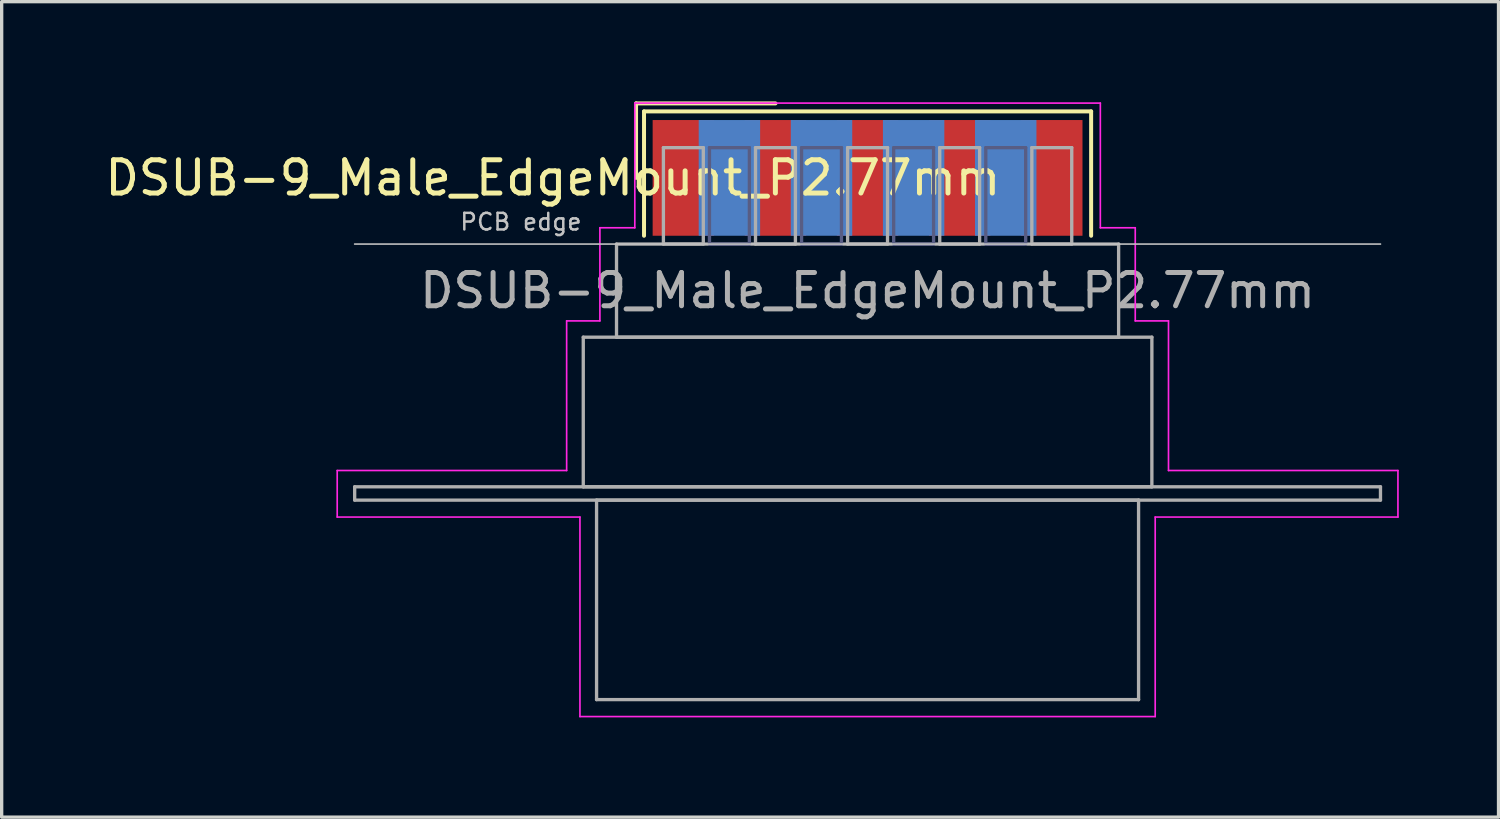
<source format=kicad_pcb>
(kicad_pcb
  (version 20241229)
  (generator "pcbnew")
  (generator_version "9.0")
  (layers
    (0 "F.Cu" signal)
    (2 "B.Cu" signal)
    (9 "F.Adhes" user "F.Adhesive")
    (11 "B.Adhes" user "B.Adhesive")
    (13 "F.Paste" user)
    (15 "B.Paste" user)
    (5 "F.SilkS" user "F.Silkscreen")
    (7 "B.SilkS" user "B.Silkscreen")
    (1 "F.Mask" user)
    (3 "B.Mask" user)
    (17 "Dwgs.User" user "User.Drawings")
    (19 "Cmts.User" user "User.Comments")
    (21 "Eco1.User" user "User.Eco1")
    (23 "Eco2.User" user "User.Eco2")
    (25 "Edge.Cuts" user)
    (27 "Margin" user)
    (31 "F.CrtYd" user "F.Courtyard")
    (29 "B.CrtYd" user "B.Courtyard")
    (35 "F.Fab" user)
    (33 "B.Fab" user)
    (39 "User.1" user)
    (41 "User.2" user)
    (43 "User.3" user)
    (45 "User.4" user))
  (footprint "DSUB-9_Male_EdgeMount_P2.77mm"
    (layer "F.Cu")
    (at 23.041 2.3)
    (property "Reference" "DSUB-9_Male_EdgeMount_P2.77mm" (at -9.463 0 0) (layer "F.SilkS") (effects (font (size 1 1) (thickness 0.15))))
    (attr smd)
    (fp_line (start -6.963 -2.24) (end -2.77 -2.24) (stroke (width 0.12) (type solid)) (layer "F.SilkS"))
    (fp_line (start -6.963 0) (end -6.963 -2.24) (stroke (width 0.12) (type solid)) (layer "F.SilkS"))
    (fp_line (start -6.723 -2) (end -6.723 1.74) (stroke (width 0.12) (type solid)) (layer "F.SilkS"))
    (fp_line (start 6.723 -2) (end -6.723 -2) (stroke (width 0.12) (type solid)) (layer "F.SilkS"))
    (fp_line (start 6.723 1.74) (end 6.723 -2) (stroke (width 0.12) (type solid)) (layer "F.SilkS"))
    (fp_line (start -15.425 1.99) (end 15.425 1.99) (stroke (width 0.05) (type solid)) (layer "Dwgs.User"))
    (fp_line (start -15.95 8.8) (end -9.05 8.8) (stroke (width 0.05) (type solid)) (layer "F.CrtYd"))
    (fp_line (start -15.95 10.2) (end -15.95 8.8) (stroke (width 0.05) (type solid)) (layer "F.CrtYd"))
    (fp_line (start -9.05 4.3) (end -8.05 4.3) (stroke (width 0.05) (type solid)) (layer "F.CrtYd"))
    (fp_line (start -9.05 8.8) (end -9.05 4.3) (stroke (width 0.05) (type solid)) (layer "F.CrtYd"))
    (fp_line (start -8.65 10.2) (end -15.95 10.2) (stroke (width 0.05) (type solid)) (layer "F.CrtYd"))
    (fp_line (start -8.65 16.2) (end -8.65 10.2) (stroke (width 0.05) (type solid)) (layer "F.CrtYd"))
    (fp_line (start -8.05 1.5) (end -7 1.5) (stroke (width 0.05) (type solid)) (layer "F.CrtYd"))
    (fp_line (start -8.05 4.3) (end -8.05 1.5) (stroke (width 0.05) (type solid)) (layer "F.CrtYd"))
    (fp_line (start -7 -2.25) (end 7 -2.25) (stroke (width 0.05) (type solid)) (layer "F.CrtYd"))
    (fp_line (start -7 1.5) (end -7 -2.25) (stroke (width 0.05) (type solid)) (layer "F.CrtYd"))
    (fp_line (start 7 -2.25) (end 7 1.5) (stroke (width 0.05) (type solid)) (layer "F.CrtYd"))
    (fp_line (start 7 1.5) (end 8.05 1.5) (stroke (width 0.05) (type solid)) (layer "F.CrtYd"))
    (fp_line (start 8.05 1.5) (end 8.05 4.3) (stroke (width 0.05) (type solid)) (layer "F.CrtYd"))
    (fp_line (start 8.05 4.3) (end 9.05 4.3) (stroke (width 0.05) (type solid)) (layer "F.CrtYd"))
    (fp_line (start 8.65 10.2) (end 8.65 16.2) (stroke (width 0.05) (type solid)) (layer "F.CrtYd"))
    (fp_line (start 8.65 16.2) (end -8.65 16.2) (stroke (width 0.05) (type solid)) (layer "F.CrtYd"))
    (fp_line (start 9.05 4.3) (end 9.05 8.8) (stroke (width 0.05) (type solid)) (layer "F.CrtYd"))
    (fp_line (start 9.05 8.8) (end 15.95 8.8) (stroke (width 0.05) (type solid)) (layer "F.CrtYd"))
    (fp_line (start 15.95 8.8) (end 15.95 10.2) (stroke (width 0.05) (type solid)) (layer "F.CrtYd"))
    (fp_line (start 15.95 10.2) (end 8.65 10.2) (stroke (width 0.05) (type solid)) (layer "F.CrtYd"))
    (fp_line (start -4.755 -0.91) (end -4.755 1.99) (stroke (width 0.1) (type solid)) (layer "B.Fab"))
    (fp_line (start -4.755 1.99) (end -3.555 1.99) (stroke (width 0.1) (type solid)) (layer "B.Fab"))
    (fp_line (start -3.555 -0.91) (end -4.755 -0.91) (stroke (width 0.1) (type solid)) (layer "B.Fab"))
    (fp_line (start -3.555 1.99) (end -3.555 -0.91) (stroke (width 0.1) (type solid)) (layer "B.Fab"))
    (fp_line (start -1.985 -0.91) (end -1.985 1.99) (stroke (width 0.1) (type solid)) (layer "B.Fab"))
    (fp_line (start -1.985 1.99) (end -0.785 1.99) (stroke (width 0.1) (type solid)) (layer "B.Fab"))
    (fp_line (start -0.785 -0.91) (end -1.985 -0.91) (stroke (width 0.1) (type solid)) (layer "B.Fab"))
    (fp_line (start -0.785 1.99) (end -0.785 -0.91) (stroke (width 0.1) (type solid)) (layer "B.Fab"))
    (fp_line (start 0.785 -0.91) (end 0.785 1.99) (stroke (width 0.1) (type solid)) (layer "B.Fab"))
    (fp_line (start 0.785 1.99) (end 1.985 1.99) (stroke (width 0.1) (type solid)) (layer "B.Fab"))
    (fp_line (start 1.985 -0.91) (end 0.785 -0.91) (stroke (width 0.1) (type solid)) (layer "B.Fab"))
    (fp_line (start 1.985 1.99) (end 1.985 -0.91) (stroke (width 0.1) (type solid)) (layer "B.Fab"))
    (fp_line (start 3.555 -0.91) (end 3.555 1.99) (stroke (width 0.1) (type solid)) (layer "B.Fab"))
    (fp_line (start 3.555 1.99) (end 4.755 1.99) (stroke (width 0.1) (type solid)) (layer "B.Fab"))
    (fp_line (start 4.755 -0.91) (end 3.555 -0.91) (stroke (width 0.1) (type solid)) (layer "B.Fab"))
    (fp_line (start 4.755 1.99) (end 4.755 -0.91) (stroke (width 0.1) (type solid)) (layer "B.Fab"))
    (fp_line (start -15.425 9.29) (end -15.425 9.69) (stroke (width 0.1) (type solid)) (layer "F.Fab"))
    (fp_line (start -15.425 9.69) (end 15.425 9.69) (stroke (width 0.1) (type solid)) (layer "F.Fab"))
    (fp_line (start -8.55 4.79) (end -8.55 9.29) (stroke (width 0.1) (type solid)) (layer "F.Fab"))
    (fp_line (start -8.55 9.29) (end 8.55 9.29) (stroke (width 0.1) (type solid)) (layer "F.Fab"))
    (fp_line (start -8.15 9.69) (end -8.15 15.69) (stroke (width 0.1) (type solid)) (layer "F.Fab"))
    (fp_line (start -8.15 15.69) (end 8.15 15.69) (stroke (width 0.1) (type solid)) (layer "F.Fab"))
    (fp_line (start -7.55 1.99) (end -7.55 4.79) (stroke (width 0.1) (type solid)) (layer "F.Fab"))
    (fp_line (start -7.55 4.79) (end 7.55 4.79) (stroke (width 0.1) (type solid)) (layer "F.Fab"))
    (fp_line (start -6.14 -0.91) (end -6.14 1.99) (stroke (width 0.1) (type solid)) (layer "F.Fab"))
    (fp_line (start -6.14 1.99) (end -4.94 1.99) (stroke (width 0.1) (type solid)) (layer "F.Fab"))
    (fp_line (start -4.94 -0.91) (end -6.14 -0.91) (stroke (width 0.1) (type solid)) (layer "F.Fab"))
    (fp_line (start -4.94 1.99) (end -4.94 -0.91) (stroke (width 0.1) (type solid)) (layer "F.Fab"))
    (fp_line (start -3.37 -0.91) (end -3.37 1.99) (stroke (width 0.1) (type solid)) (layer "F.Fab"))
    (fp_line (start -3.37 1.99) (end -2.17 1.99) (stroke (width 0.1) (type solid)) (layer "F.Fab"))
    (fp_line (start -2.17 -0.91) (end -3.37 -0.91) (stroke (width 0.1) (type solid)) (layer "F.Fab"))
    (fp_line (start -2.17 1.99) (end -2.17 -0.91) (stroke (width 0.1) (type solid)) (layer "F.Fab"))
    (fp_line (start -0.6 -0.91) (end -0.6 1.99) (stroke (width 0.1) (type solid)) (layer "F.Fab"))
    (fp_line (start -0.6 1.99) (end 0.6 1.99) (stroke (width 0.1) (type solid)) (layer "F.Fab"))
    (fp_line (start 0.6 -0.91) (end -0.6 -0.91) (stroke (width 0.1) (type solid)) (layer "F.Fab"))
    (fp_line (start 0.6 1.99) (end 0.6 -0.91) (stroke (width 0.1) (type solid)) (layer "F.Fab"))
    (fp_line (start 2.17 -0.91) (end 2.17 1.99) (stroke (width 0.1) (type solid)) (layer "F.Fab"))
    (fp_line (start 2.17 1.99) (end 3.37 1.99) (stroke (width 0.1) (type solid)) (layer "F.Fab"))
    (fp_line (start 3.37 -0.91) (end 2.17 -0.91) (stroke (width 0.1) (type solid)) (layer "F.Fab"))
    (fp_line (start 3.37 1.99) (end 3.37 -0.91) (stroke (width 0.1) (type solid)) (layer "F.Fab"))
    (fp_line (start 4.94 -0.91) (end 4.94 1.99) (stroke (width 0.1) (type solid)) (layer "F.Fab"))
    (fp_line (start 4.94 1.99) (end 6.14 1.99) (stroke (width 0.1) (type solid)) (layer "F.Fab"))
    (fp_line (start 6.14 -0.91) (end 4.94 -0.91) (stroke (width 0.1) (type solid)) (layer "F.Fab"))
    (fp_line (start 6.14 1.99) (end 6.14 -0.91) (stroke (width 0.1) (type solid)) (layer "F.Fab"))
    (fp_line (start 7.55 1.99) (end -7.55 1.99) (stroke (width 0.1) (type solid)) (layer "F.Fab"))
    (fp_line (start 7.55 4.79) (end 7.55 1.99) (stroke (width 0.1) (type solid)) (layer "F.Fab"))
    (fp_line (start 8.15 9.69) (end -8.15 9.69) (stroke (width 0.1) (type solid)) (layer "F.Fab"))
    (fp_line (start 8.15 15.69) (end 8.15 9.69) (stroke (width 0.1) (type solid)) (layer "F.Fab"))
    (fp_line (start 8.55 4.79) (end -8.55 4.79) (stroke (width 0.1) (type solid)) (layer "F.Fab"))
    (fp_line (start 8.55 9.29) (end 8.55 4.79) (stroke (width 0.1) (type solid)) (layer "F.Fab"))
    (fp_line (start 15.425 9.29) (end -15.425 9.29) (stroke (width 0.1) (type solid)) (layer "F.Fab"))
    (fp_line (start 15.425 9.69) (end 15.425 9.29) (stroke (width 0.1) (type solid)) (layer "F.Fab"))
    (fp_text user "PCB edge" (at -10.425 1.323 0) (layer "Dwgs.User") (effects (font (size 0.5 0.5) (thickness 0.075))))
    (fp_text user "${REFERENCE}" (at 0 3.39 0) (layer "F.Fab") (effects (font (size 1 1) (thickness 0.15))))
    (pad "1" smd rect (at -5.54 0) (size 1.847 3.48) (layers "F.Cu" "F.Mask" "F.Paste"))
    (pad "2" smd rect (at -2.77 0) (size 1.847 3.48) (layers "F.Cu" "F.Mask" "F.Paste"))
    (pad "3" smd rect (at 0 0) (size 1.847 3.48) (layers "F.Cu" "F.Mask" "F.Paste"))
    (pad "4" smd rect (at 2.77 0) (size 1.847 3.48) (layers "F.Cu" "F.Mask" "F.Paste"))
    (pad "5" smd rect (at 5.54 0) (size 1.847 3.48) (layers "F.Cu" "F.Mask" "F.Paste"))
    (pad "6" smd rect (at -4.155 0) (size 1.847 3.48) (layers "B.Cu" "B.Mask" "B.Paste"))
    (pad "7" smd rect (at -1.385 0) (size 1.847 3.48) (layers "B.Cu" "B.Mask" "B.Paste"))
    (pad "8" smd rect (at 1.385 0) (size 1.847 3.48) (layers "B.Cu" "B.Mask" "B.Paste"))
    (pad "9" smd rect (at 4.155 0) (size 1.847 3.48) (layers "B.Cu" "B.Mask" "B.Paste")))
  (gr_rect
    (start -3 -3)
    (end 42.016 21.525)
    (stroke (width 0.1) (type default))
    (fill no)
    (layer "Edge.Cuts")))
</source>
